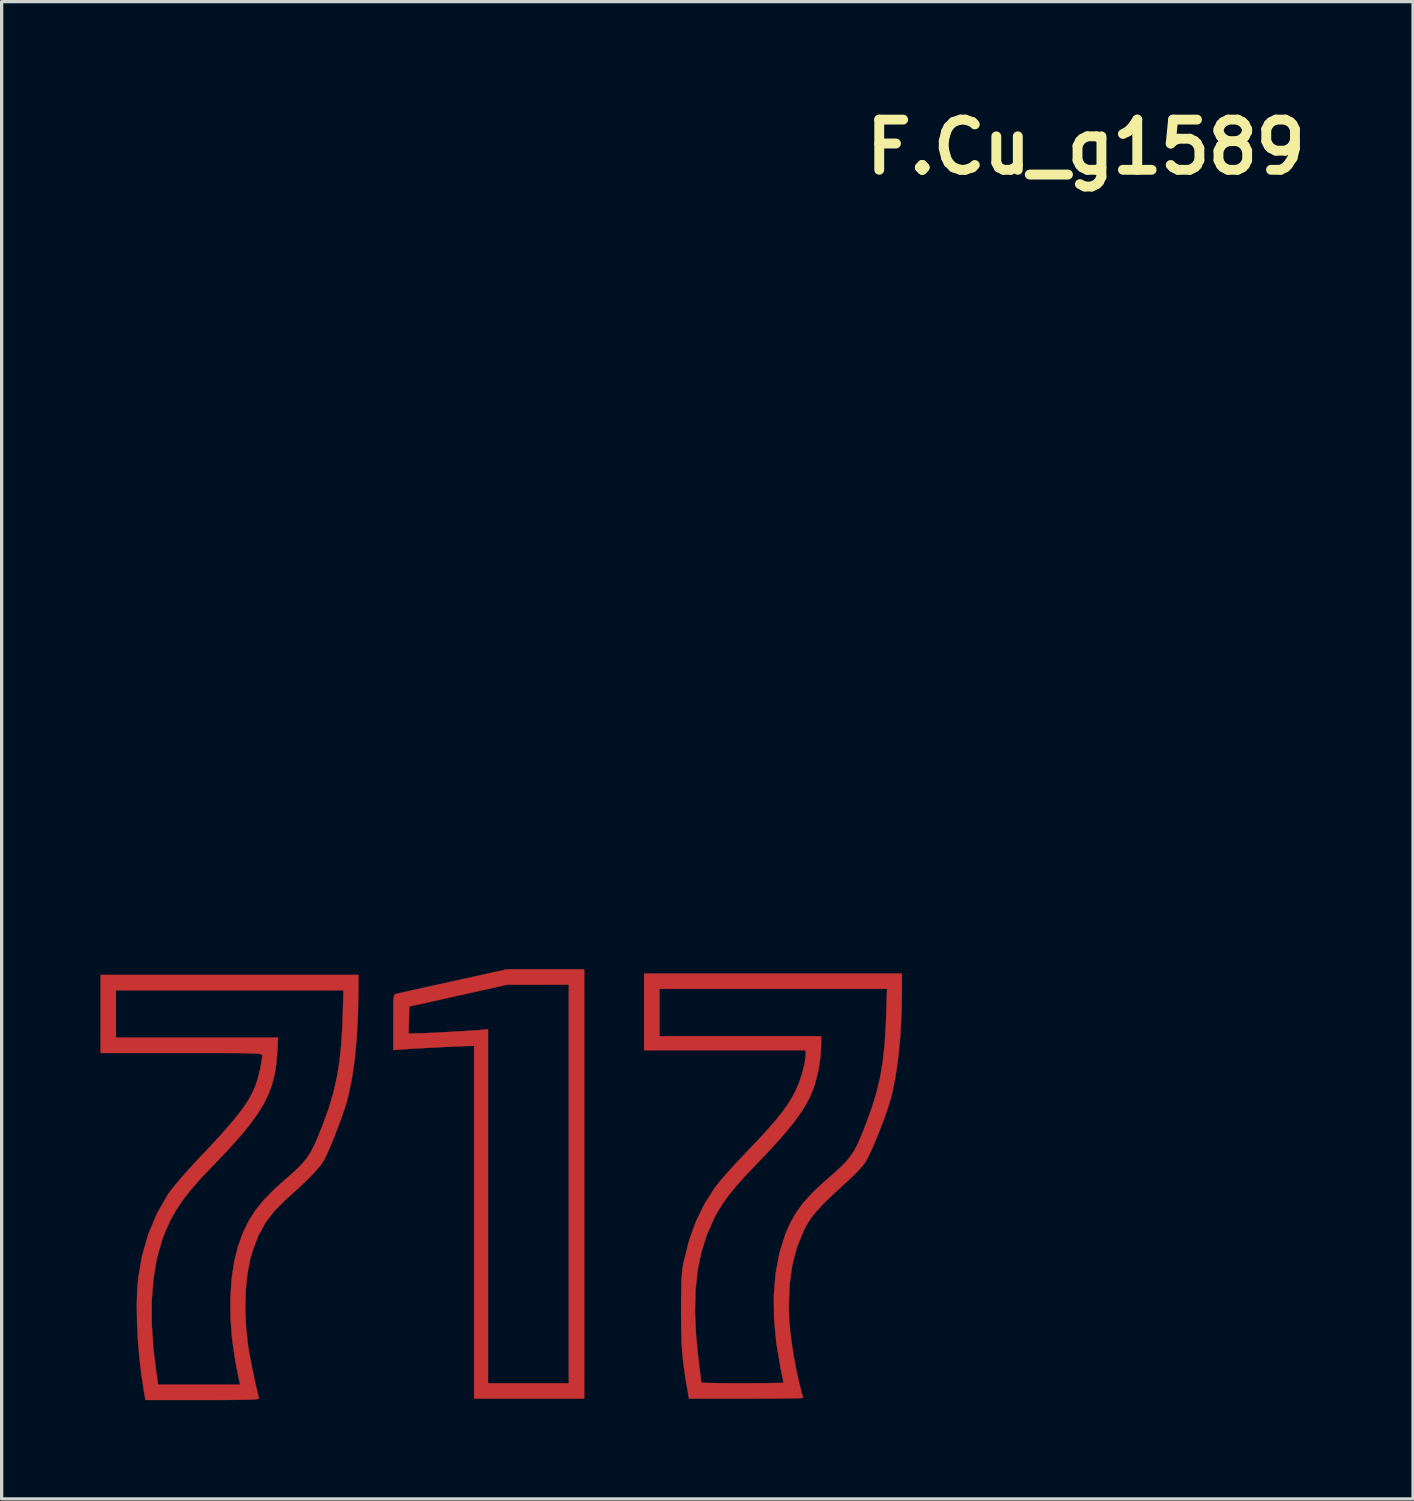
<source format=kicad_pcb>
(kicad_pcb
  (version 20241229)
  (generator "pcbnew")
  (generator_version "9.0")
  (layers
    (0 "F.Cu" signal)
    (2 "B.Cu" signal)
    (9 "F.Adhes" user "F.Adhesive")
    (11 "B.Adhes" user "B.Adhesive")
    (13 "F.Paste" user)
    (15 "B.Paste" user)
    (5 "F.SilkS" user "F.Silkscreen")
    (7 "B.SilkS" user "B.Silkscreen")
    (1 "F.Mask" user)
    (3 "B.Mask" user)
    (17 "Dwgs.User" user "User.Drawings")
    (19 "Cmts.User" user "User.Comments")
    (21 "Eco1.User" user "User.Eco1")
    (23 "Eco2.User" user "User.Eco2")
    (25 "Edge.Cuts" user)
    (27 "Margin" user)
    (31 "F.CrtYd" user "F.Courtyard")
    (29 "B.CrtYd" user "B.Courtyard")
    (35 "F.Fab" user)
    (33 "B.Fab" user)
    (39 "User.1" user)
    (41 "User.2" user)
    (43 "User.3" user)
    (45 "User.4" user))
  (footprint "F.Cu_g1589"
    (layer "F.Cu")
    (at 29.935 1.418)
    (property "Reference" "F.Cu_g1589" (at 0 0 0) (layer "F.SilkS") (effects (font (size 1.524 1.524) (thickness 0.3))))
    (attr through_hole)
    (fp_poly (pts (xy -15.24 38.015) (xy -18.584 38.015) (xy -18.584 27.305) (xy -18.767 27.305) (xy -18.873 27.307) (xy -19.047 27.314) (xy -19.271 27.324) (xy -19.53 27.337) (xy -19.806 27.351) (xy -20.083 27.366) (xy -20.343 27.381) (xy -20.571 27.394) (xy -20.749 27.407) (xy -20.775 27.409) (xy -21.04 27.429) (xy -21.04 26.924) (xy -20.577 26.924) (xy -20.365 26.924) (xy -20.247 26.921) (xy -20.062 26.914) (xy -19.828 26.904) (xy -19.563 26.89) (xy -19.284 26.875) (xy -19.01 26.86) (xy -18.757 26.844) (xy -18.544 26.83) (xy -18.404 26.819) (xy -18.161 26.798) (xy -18.161 37.55) (xy -15.706 37.55) (xy -15.706 25.442) (xy -17.59 25.445) (xy -19.071 25.775) (xy -20.553 26.105) (xy -20.565 26.514) (xy -20.577 26.924) (xy -21.04 26.924) (xy -21.04 26.585) (xy -21.039 26.298) (xy -21.038 26.084) (xy -21.034 25.933) (xy -21.026 25.832) (xy -21.013 25.772) (xy -20.995 25.74) (xy -20.968 25.725) (xy -20.944 25.719) (xy -20.883 25.705) (xy -20.748 25.675) (xy -20.55 25.631) (xy -20.298 25.575) (xy -20.001 25.509) (xy -19.669 25.436) (xy -19.311 25.357) (xy -19.221 25.337) (xy -17.592 24.977) (xy -15.24 24.977) (xy -15.24 38.015)) (stroke (width 0.01) (type solid)) (fill yes) (layer "F.Cu"))
    (fp_poly (pts (xy -22.099 25.601) (xy -22.112 26.344) (xy -22.149 27.041) (xy -22.208 27.684) (xy -22.29 28.264) (xy -22.394 28.775) (xy -22.458 29.02) (xy -22.528 29.242) (xy -22.619 29.503) (xy -22.723 29.785) (xy -22.833 30.068) (xy -22.942 30.334) (xy -23.042 30.565) (xy -23.127 30.742) (xy -23.157 30.797) (xy -23.268 30.955) (xy -23.445 31.157) (xy -23.683 31.399) (xy -23.979 31.678) (xy -24.275 31.943) (xy -24.632 32.294) (xy -24.919 32.668) (xy -25.145 33.08) (xy -25.319 33.545) (xy -25.384 33.776) (xy -25.47 34.223) (xy -25.521 34.727) (xy -25.536 35.267) (xy -25.513 35.824) (xy -25.455 36.377) (xy -25.422 36.587) (xy -25.389 36.768) (xy -25.346 36.984) (xy -25.299 37.217) (xy -25.249 37.448) (xy -25.202 37.661) (xy -25.161 37.838) (xy -25.13 37.959) (xy -25.117 37.999) (xy -25.122 38.014) (xy -25.156 38.026) (xy -25.223 38.036) (xy -25.333 38.043) (xy -25.491 38.049) (xy -25.705 38.053) (xy -25.981 38.056) (xy -26.327 38.057) (xy -26.749 38.058) (xy -26.83 38.058) (xy -28.566 38.058) (xy -28.616 37.772) (xy -28.692 37.276) (xy -28.752 36.752) (xy -28.796 36.218) (xy -28.822 35.692) (xy -28.829 35.194) (xy -28.818 34.741) (xy -28.788 34.371) (xy -28.669 33.676) (xy -28.478 33.015) (xy -28.217 32.394) (xy -27.889 31.821) (xy -27.858 31.776) (xy -27.765 31.65) (xy -27.624 31.478) (xy -27.447 31.272) (xy -27.246 31.046) (xy -27.033 30.814) (xy -26.922 30.696) (xy -26.551 30.302) (xy -26.236 29.958) (xy -25.972 29.656) (xy -25.753 29.39) (xy -25.575 29.151) (xy -25.432 28.931) (xy -25.318 28.723) (xy -25.229 28.519) (xy -25.159 28.311) (xy -25.103 28.091) (xy -25.085 28.011) (xy -25.053 27.845) (xy -25.03 27.702) (xy -25.019 27.61) (xy -25.019 27.603) (xy -25.02 27.585) (xy -25.028 27.569) (xy -25.05 27.557) (xy -25.091 27.546) (xy -25.158 27.537) (xy -25.257 27.531) (xy -25.396 27.526) (xy -25.579 27.522) (xy -25.815 27.519) (xy -26.108 27.518) (xy -26.467 27.517) (xy -26.896 27.517) (xy -27.402 27.517) (xy -29.93 27.517) (xy -29.93 25.612) (xy -29.464 25.612) (xy -29.464 27.051) (xy -24.54 27.051) (xy -24.566 27.527) (xy -24.595 27.867) (xy -24.646 28.184) (xy -24.724 28.484) (xy -24.833 28.777) (xy -24.979 29.071) (xy -25.167 29.374) (xy -25.4 29.695) (xy -25.684 30.041) (xy -26.023 30.421) (xy -26.423 30.843) (xy -26.543 30.967) (xy -26.901 31.344) (xy -27.198 31.685) (xy -27.445 32.003) (xy -27.649 32.311) (xy -27.82 32.621) (xy -27.967 32.948) (xy -28.065 33.21) (xy -28.22 33.757) (xy -28.323 34.366) (xy -28.376 35.032) (xy -28.376 35.752) (xy -28.325 36.519) (xy -28.229 37.285) (xy -28.182 37.592) (xy -25.686 37.592) (xy -25.714 37.497) (xy -25.73 37.422) (xy -25.759 37.282) (xy -25.794 37.094) (xy -25.835 36.875) (xy -25.85 36.788) (xy -25.938 36.176) (xy -25.982 35.561) (xy -25.986 34.958) (xy -25.948 34.384) (xy -25.87 33.852) (xy -25.753 33.386) (xy -25.608 32.986) (xy -25.436 32.628) (xy -25.225 32.296) (xy -24.966 31.975) (xy -24.646 31.65) (xy -24.377 31.409) (xy -24.135 31.197) (xy -23.942 31.02) (xy -23.788 30.861) (xy -23.662 30.706) (xy -23.553 30.538) (xy -23.452 30.344) (xy -23.347 30.108) (xy -23.228 29.815) (xy -23.165 29.654) (xy -22.995 29.184) (xy -22.858 28.725) (xy -22.752 28.261) (xy -22.673 27.773) (xy -22.618 27.243) (xy -22.583 26.654) (xy -22.576 26.448) (xy -22.551 25.612) (xy -29.464 25.612) (xy -29.93 25.612) (xy -29.93 25.146) (xy -22.098 25.146) (xy -22.099 25.601)) (stroke (width 0.01) (type solid)) (fill yes) (layer "F.Cu"))
    (fp_poly (pts (xy -5.588 25.58) (xy -5.602 26.317) (xy -5.639 27.011) (xy -5.7 27.654) (xy -5.784 28.236) (xy -5.889 28.75) (xy -5.951 28.982) (xy -6.024 29.216) (xy -6.118 29.484) (xy -6.225 29.769) (xy -6.338 30.054) (xy -6.451 30.323) (xy -6.557 30.558) (xy -6.649 30.744) (xy -6.707 30.844) (xy -6.797 30.959) (xy -6.932 31.109) (xy -7.094 31.273) (xy -7.246 31.415) (xy -7.559 31.7) (xy -7.815 31.942) (xy -8.022 32.148) (xy -8.188 32.33) (xy -8.322 32.496) (xy -8.431 32.656) (xy -8.525 32.819) (xy -8.563 32.894) (xy -8.772 33.4) (xy -8.918 33.955) (xy -9.003 34.562) (xy -9.026 35.223) (xy -9.01 35.666) (xy -8.981 35.989) (xy -8.932 36.363) (xy -8.869 36.76) (xy -8.796 37.15) (xy -8.719 37.503) (xy -8.677 37.667) (xy -8.637 37.817) (xy -8.607 37.932) (xy -8.594 37.992) (xy -8.594 37.995) (xy -8.635 37.999) (xy -8.751 38.003) (xy -8.935 38.007) (xy -9.176 38.01) (xy -9.467 38.013) (xy -9.799 38.014) (xy -10.161 38.015) (xy -10.325 38.015) (xy -12.056 38.015) (xy -12.08 37.878) (xy -12.148 37.486) (xy -12.2 37.146) (xy -12.239 36.838) (xy -12.266 36.537) (xy -12.283 36.222) (xy -12.292 35.871) (xy -12.296 35.461) (xy -12.296 35.391) (xy -12.295 35.022) (xy -12.292 34.725) (xy -12.286 34.486) (xy -12.275 34.292) (xy -12.26 34.129) (xy -12.24 33.985) (xy -12.222 33.888) (xy -12.06 33.232) (xy -11.846 32.635) (xy -11.575 32.084) (xy -11.271 31.61) (xy -11.169 31.478) (xy -11.02 31.301) (xy -10.836 31.092) (xy -10.63 30.866) (xy -10.414 30.637) (xy -10.328 30.547) (xy -9.977 30.179) (xy -9.682 29.858) (xy -9.437 29.577) (xy -9.236 29.327) (xy -9.072 29.101) (xy -8.938 28.89) (xy -8.828 28.685) (xy -8.826 28.681) (xy -8.714 28.423) (xy -8.62 28.143) (xy -8.551 27.87) (xy -8.513 27.63) (xy -8.509 27.54) (xy -8.509 27.432) (xy -13.42 27.432) (xy -13.42 25.569) (xy -12.954 25.569) (xy -12.954 27.009) (xy -8.043 27.009) (xy -8.043 27.299) (xy -8.066 27.66) (xy -8.128 28.051) (xy -8.222 28.43) (xy -8.298 28.655) (xy -8.398 28.884) (xy -8.523 29.117) (xy -8.681 29.363) (xy -8.877 29.63) (xy -9.116 29.924) (xy -9.404 30.252) (xy -9.747 30.622) (xy -10.053 30.942) (xy -10.37 31.277) (xy -10.631 31.57) (xy -10.846 31.833) (xy -11.025 32.081) (xy -11.177 32.324) (xy -11.302 32.554) (xy -11.515 33.041) (xy -11.679 33.559) (xy -11.793 34.114) (xy -11.858 34.714) (xy -11.875 35.364) (xy -11.844 36.072) (xy -11.767 36.845) (xy -11.765 36.863) (xy -11.737 37.088) (xy -11.713 37.281) (xy -11.696 37.428) (xy -11.686 37.514) (xy -11.684 37.53) (xy -11.643 37.535) (xy -11.529 37.54) (xy -11.35 37.543) (xy -11.118 37.546) (xy -10.843 37.549) (xy -10.536 37.55) (xy -10.435 37.55) (xy -10.12 37.549) (xy -9.834 37.548) (xy -9.587 37.545) (xy -9.391 37.542) (xy -9.255 37.539) (xy -9.19 37.534) (xy -9.186 37.533) (xy -9.194 37.487) (xy -9.216 37.377) (xy -9.247 37.221) (xy -9.271 37.105) (xy -9.403 36.328) (xy -9.472 35.583) (xy -9.479 34.876) (xy -9.424 34.211) (xy -9.308 33.592) (xy -9.131 33.025) (xy -8.991 32.703) (xy -8.811 32.381) (xy -8.589 32.074) (xy -8.313 31.769) (xy -7.971 31.449) (xy -7.946 31.427) (xy -7.683 31.197) (xy -7.473 31.006) (xy -7.307 30.84) (xy -7.174 30.684) (xy -7.063 30.523) (xy -6.963 30.343) (xy -6.865 30.127) (xy -6.756 29.862) (xy -6.667 29.636) (xy -6.496 29.165) (xy -6.359 28.713) (xy -6.252 28.261) (xy -6.172 27.79) (xy -6.116 27.281) (xy -6.079 26.716) (xy -6.068 26.427) (xy -6.04 25.569) (xy -12.954 25.569) (xy -13.42 25.569) (xy -13.42 25.104) (xy -5.588 25.104) (xy -5.588 25.58)) (stroke (width 0.01) (type solid)) (fill yes) (layer "F.Cu")))
  (gr_rect
    (start -3 -3)
    (end 39.873 42.481)
    (stroke (width 0.1) (type default))
    (fill no)
    (layer "Edge.Cuts")))
</source>
